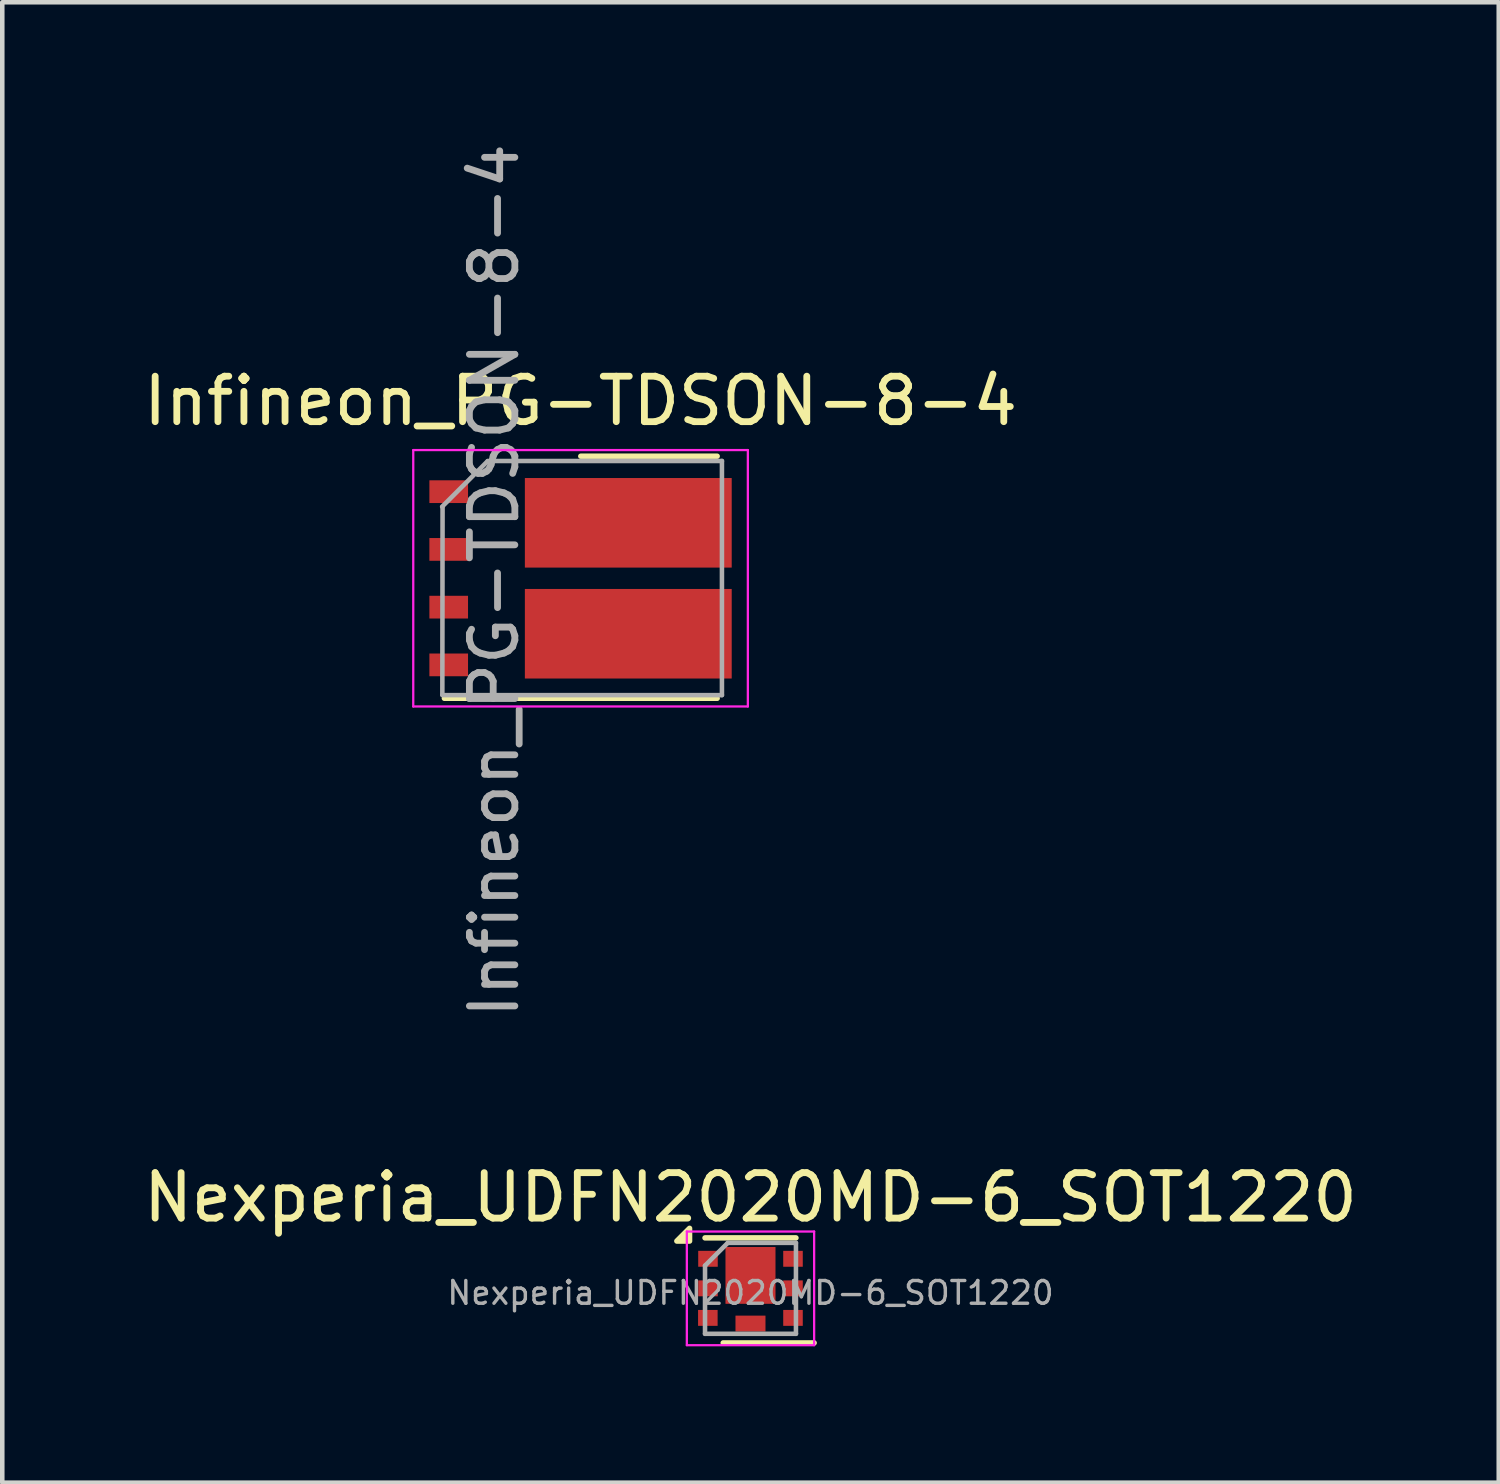
<source format=kicad_pcb>
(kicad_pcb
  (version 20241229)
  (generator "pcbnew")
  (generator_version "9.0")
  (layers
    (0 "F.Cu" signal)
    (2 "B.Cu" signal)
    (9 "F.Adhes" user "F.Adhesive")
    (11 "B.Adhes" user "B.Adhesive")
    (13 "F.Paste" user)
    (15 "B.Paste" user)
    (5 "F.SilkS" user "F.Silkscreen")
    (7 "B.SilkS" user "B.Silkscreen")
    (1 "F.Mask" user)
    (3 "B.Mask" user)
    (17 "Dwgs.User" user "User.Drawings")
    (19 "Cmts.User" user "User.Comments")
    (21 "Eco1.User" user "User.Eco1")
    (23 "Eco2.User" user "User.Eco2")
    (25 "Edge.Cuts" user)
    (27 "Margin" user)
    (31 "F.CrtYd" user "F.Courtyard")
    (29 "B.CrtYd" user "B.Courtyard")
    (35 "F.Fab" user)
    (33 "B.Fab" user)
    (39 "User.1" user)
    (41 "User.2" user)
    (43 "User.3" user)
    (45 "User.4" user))
  (footprint "Nexperia_UDFN2020MD-6_SOT1220"
    (layer "F.Cu")
    (at 13.458 25.289)
    (property "Reference" "Nexperia_UDFN2020MD-6_SOT1220" (at 0 -2 0) (layer "F.SilkS") (effects (font (size 1 1) (thickness 0.15))))
    (attr smd)
    (fp_line (start 1 -1.11) (end -1 -1.11) (stroke (width 0.12) (type solid)) (layer "F.SilkS"))
    (fp_line (start 1.4 1.2) (end -0.6 1.2) (stroke (width 0.12) (type solid)) (layer "F.SilkS"))
    (fp_poly (pts (xy -1.34 -1.04) (xy -1.62 -1.04) (xy -1.34 -1.32) (xy -1.34 -1.04)) (stroke (width 0.12) (type solid)) (fill yes) (layer "F.SilkS"))
    (fp_line (start -1.4 -1.25) (end -1.4 1.25) (stroke (width 0.05) (type solid)) (layer "F.CrtYd"))
    (fp_line (start -1.4 1.25) (end 1.4 1.25) (stroke (width 0.05) (type solid)) (layer "F.CrtYd"))
    (fp_line (start 1.4 -1.25) (end -1.4 -1.25) (stroke (width 0.05) (type solid)) (layer "F.CrtYd"))
    (fp_line (start 1.4 1.25) (end 1.4 -1.25) (stroke (width 0.05) (type solid)) (layer "F.CrtYd"))
    (fp_line (start -1 1) (end -1 -0.5) (stroke (width 0.1) (type solid)) (layer "F.Fab"))
    (fp_line (start -0.5 -1) (end -1 -0.5) (stroke (width 0.1) (type solid)) (layer "F.Fab"))
    (fp_line (start -0.5 -1) (end 1 -1) (stroke (width 0.1) (type solid)) (layer "F.Fab"))
    (fp_line (start 1 -1) (end 1 1) (stroke (width 0.1) (type solid)) (layer "F.Fab"))
    (fp_line (start 1 1) (end -1 1) (stroke (width 0.1) (type solid)) (layer "F.Fab"))
    (fp_text user "${REFERENCE}" (at 0 0.1 0) (layer "F.Fab") (effects (font (size 0.5 0.5) (thickness 0.075))))
    (pad "1" smd rect (at -0.935 -0.65) (size 0.43 0.35) (layers "F.Cu" "F.Mask" "F.Paste"))
    (pad "2" smd rect (at -0.935 0) (size 0.43 0.35) (layers "F.Cu" "F.Mask" "F.Paste"))
    (pad "3" smd rect (at -0.938 0.65) (size 0.43 0.35) (layers "F.Cu" "F.Mask" "F.Paste"))
    (pad "4" smd rect (at 0.935 0.65) (size 0.43 0.35) (layers "F.Cu" "F.Mask" "F.Paste"))
    (pad "5" smd rect (at 0.935 0) (size 0.43 0.35) (layers "F.Cu" "F.Mask" "F.Paste"))
    (pad "6" smd rect (at 0.935 -0.65) (size 0.43 0.35) (layers "F.Cu" "F.Mask" "F.Paste"))
    (pad "7" smd rect (at 0 -0.285) (size 1.1 1.25) (layers "F.Cu" "F.Mask" "F.Paste"))
    (pad "8" smd rect (at 0 0.775) (size 0.66 0.35) (layers "F.Cu" "F.Mask" "F.Paste")))
  (footprint "Infineon_PG-TDSON-8-4"
    (layer "F.Cu")
    (at 9.72 9.67)
    (property "Reference" "Infineon_PG-TDSON-8-4" (at 0 -3.9 0) (layer "F.SilkS") (effects (font (size 1 1) (thickness 0.15))))
    (attr smd)
    (fp_rect (start -1.225 -2.205) (end 3.325 -0.235) (stroke (width 0.001) (type solid)) (fill yes) (layer "F.Cu"))
    (fp_rect (start -1.225 0.235) (end 3.325 2.205) (stroke (width 0.001) (type solid)) (fill yes) (layer "F.Cu"))
    (fp_line (start 3.005 -2.685) (end 0.005 -2.685) (stroke (width 0.12) (type solid)) (layer "F.SilkS"))
    (fp_line (start 3.005 2.64) (end -2.995 2.64) (stroke (width 0.12) (type solid)) (layer "F.SilkS"))
    (fp_line (start -3.68 -2.82) (end 3.68 -2.82) (stroke (width 0.05) (type solid)) (layer "F.CrtYd"))
    (fp_line (start -3.68 2.82) (end -3.68 -2.82) (stroke (width 0.05) (type solid)) (layer "F.CrtYd"))
    (fp_line (start 3.68 -2.82) (end 3.68 2.82) (stroke (width 0.05) (type solid)) (layer "F.CrtYd"))
    (fp_line (start 3.68 2.82) (end -3.68 2.82) (stroke (width 0.05) (type solid)) (layer "F.CrtYd"))
    (fp_line (start -3.035 -1.57) (end -3.04 2.56) (stroke (width 0.1) (type solid)) (layer "F.Fab"))
    (fp_line (start -2.045 -2.575) (end -3.045 -1.575) (stroke (width 0.1) (type solid)) (layer "F.Fab"))
    (fp_line (start -2.04 -2.58) (end 3.11 -2.58) (stroke (width 0.1) (type solid)) (layer "F.Fab"))
    (fp_line (start 3.11 -2.58) (end 3.11 2.57) (stroke (width 0.1) (type solid)) (layer "F.Fab"))
    (fp_line (start 3.11 2.57) (end -3.04 2.57) (stroke (width 0.1) (type solid)) (layer "F.Fab"))
    (fp_text user "${REFERENCE}" (at -1.9 0.05 90) (layer "F.Fab") (effects (font (size 1 1) (thickness 0.15))))
    (pad "" smd rect (at -0.2 -1.22) (size 1.5 1.4) (layers "F.Paste"))
    (pad "" smd rect (at -0.2 1.22) (size 1.5 1.4) (layers "F.Paste"))
    (pad "" smd custom (at 0 0) (size 0.001 0.001) (layers "F.Mask") (options (anchor rect)) (primitives (gr_poly (pts (xy -1.225 2.205) (xy -1.22 0.235) (xy 2.525 0.235) (xy 2.525 0.335) (xy 3.325 0.335) (xy 3.325 0.935) (xy 2.525 0.935) (xy 2.525 1.605) (xy 3.325 1.605) (xy 3.325 2.205)) (width 0.01) (fill yes))))
    (pad "" smd custom (at 0 0) (size 0.001 0.001) (layers "F.Mask") (options (anchor rect)) (primitives (gr_poly (pts (xy -1.225 -2.205) (xy -1.22 -0.235) (xy 2.525 -0.235) (xy 2.525 -0.335) (xy 3.325 -0.335) (xy 3.325 -0.935) (xy 2.525 -0.935) (xy 2.525 -1.605) (xy 3.325 -1.605) (xy 3.325 -2.205)) (width 0.01) (fill yes))))
    (pad "" smd rect (at 1.5 -1.22) (size 1.5 1.4) (layers "F.Paste"))
    (pad "" smd rect (at 1.5 1.22) (size 1.5 1.4) (layers "F.Paste"))
    (pad "" smd rect (at 2.9 -1.905) (size 0.75 0.5) (layers "F.Paste"))
    (pad "" smd rect (at 2.9 -0.635) (size 0.75 0.5) (layers "F.Paste"))
    (pad "" smd rect (at 2.9 0.635) (size 0.75 0.5) (layers "F.Paste"))
    (pad "" smd rect (at 2.9 1.905) (size 0.75 0.5) (layers "F.Paste"))
    (pad "1" smd rect (at -2.9 -1.905) (size 0.85 0.5) (layers "F.Cu" "F.Mask" "F.Paste"))
    (pad "2" smd rect (at -2.9 -0.635) (size 0.85 0.5) (layers "F.Cu" "F.Mask" "F.Paste"))
    (pad "3" smd rect (at -2.9 0.635) (size 0.85 0.5) (layers "F.Cu" "F.Mask" "F.Paste"))
    (pad "4" smd rect (at -2.9 1.905) (size 0.85 0.5) (layers "F.Cu" "F.Mask" "F.Paste"))
    (pad "5" smd rect (at 1.5 1.22) (size 1 0.7) (layers "F.Cu" "F.Mask" "F.Paste"))
    (pad "6" smd rect (at 1.5 -1.22) (size 1 0.7) (layers "F.Cu" "F.Mask" "F.Paste")))
  (gr_rect
    (start -3 -3)
    (end 29.917 29.564)
    (stroke (width 0.1) (type default))
    (fill no)
    (layer "Edge.Cuts")))
</source>
